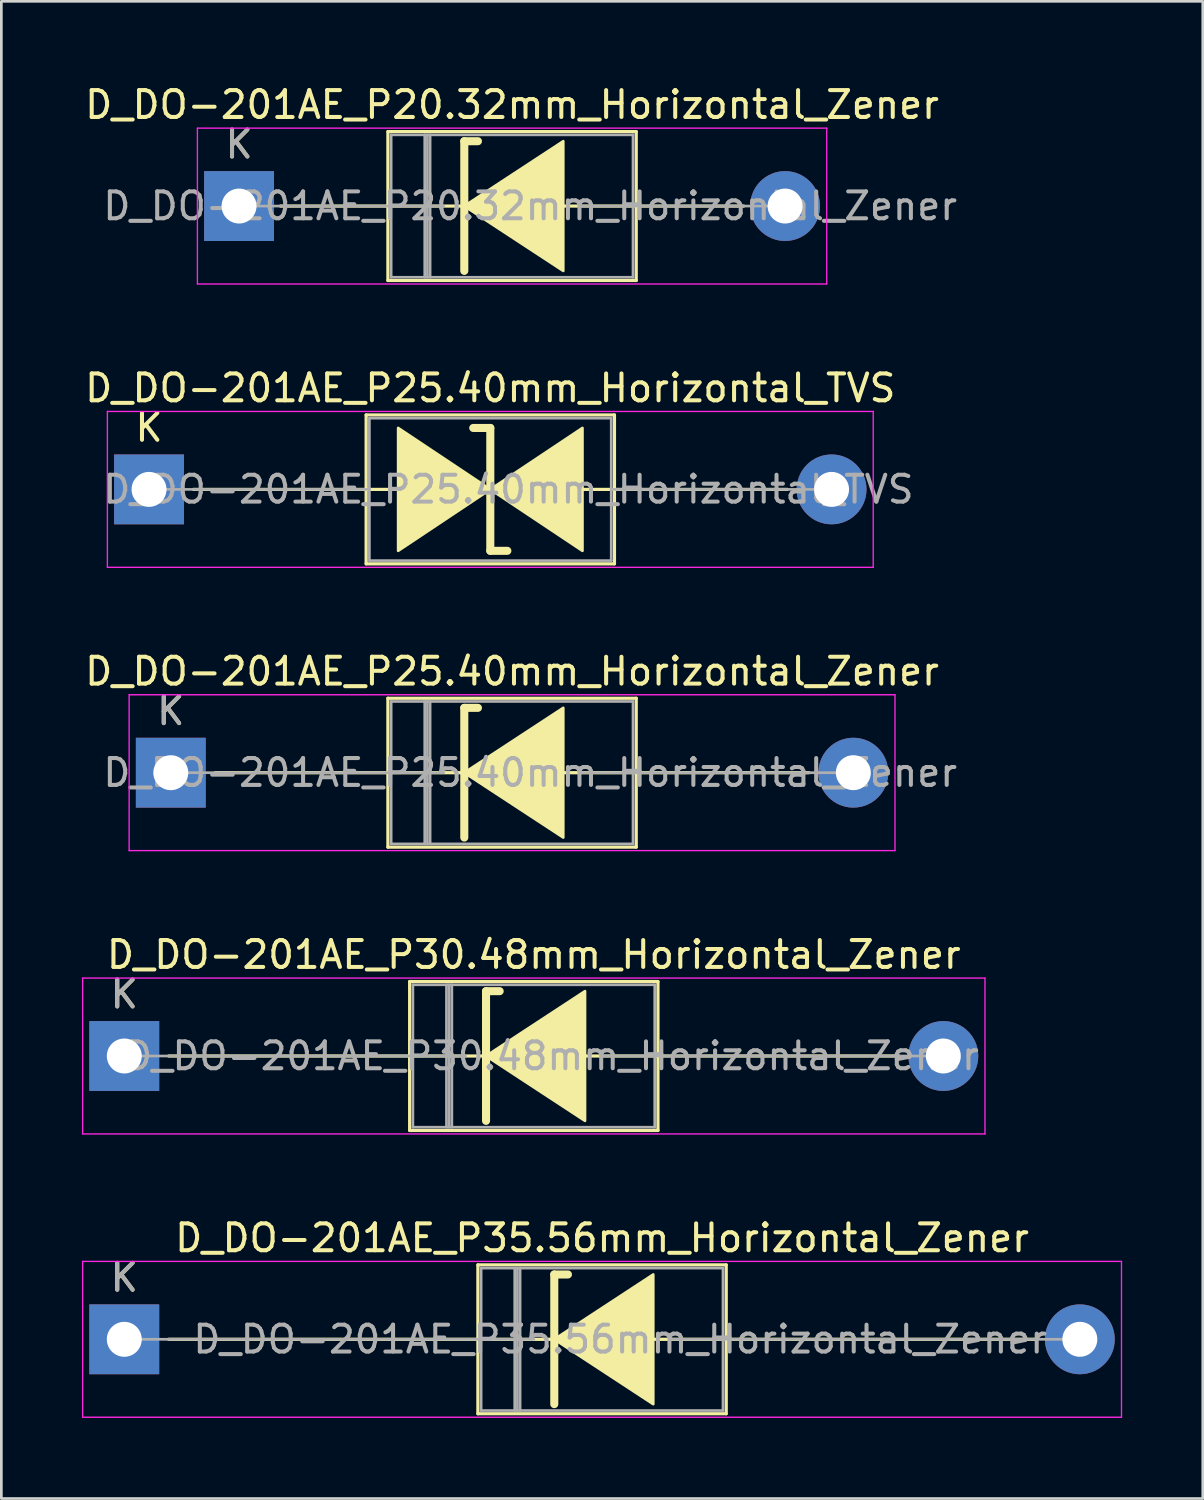
<source format=kicad_pcb>
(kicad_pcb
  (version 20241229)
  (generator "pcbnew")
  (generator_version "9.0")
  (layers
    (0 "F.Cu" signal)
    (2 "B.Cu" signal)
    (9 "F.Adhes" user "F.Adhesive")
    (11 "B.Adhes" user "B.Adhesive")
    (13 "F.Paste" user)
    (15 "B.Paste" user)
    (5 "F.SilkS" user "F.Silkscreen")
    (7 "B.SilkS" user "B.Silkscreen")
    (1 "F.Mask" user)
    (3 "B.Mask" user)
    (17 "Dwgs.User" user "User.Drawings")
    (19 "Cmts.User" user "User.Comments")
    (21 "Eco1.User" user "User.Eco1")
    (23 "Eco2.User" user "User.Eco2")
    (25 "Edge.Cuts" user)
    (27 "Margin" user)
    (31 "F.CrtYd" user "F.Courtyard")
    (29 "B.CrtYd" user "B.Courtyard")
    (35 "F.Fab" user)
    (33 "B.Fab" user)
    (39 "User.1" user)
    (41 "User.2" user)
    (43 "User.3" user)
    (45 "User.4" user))
  (footprint "D_DO-201AE_P35.56mm_Horizontal_Zener"
    (layer "F.Cu")
    (at 1.575 46.791)
    (property "Reference" "D_DO-201AE_P35.56mm_Horizontal_Zener" (at 17.78 -3.77 0) (layer "F.SilkS") (effects (font (size 1 1) (thickness 0.15))))
    (attr through_hole)
    (fp_line (start 1.651 0) (end 13.16 0) (stroke (width 0.12) (type solid)) (layer "F.SilkS"))
    (fp_line (start 13.16 -2.77) (end 13.16 2.77) (stroke (width 0.12) (type solid)) (layer "F.SilkS"))
    (fp_line (start 13.16 2.77) (end 22.4 2.77) (stroke (width 0.12) (type solid)) (layer "F.SilkS"))
    (fp_line (start 16.002 -2.413) (end 16.002 2.413) (stroke (width 0.3) (type solid)) (layer "F.SilkS"))
    (fp_line (start 16.002 -2.413) (end 16.51 -2.413) (stroke (width 0.3) (type solid)) (layer "F.SilkS"))
    (fp_line (start 16.129 0) (end 13.16 0) (stroke (width 0.12) (type solid)) (layer "F.SilkS"))
    (fp_line (start 19.685 0) (end 22.4 0) (stroke (width 0.12) (type solid)) (layer "F.SilkS"))
    (fp_line (start 22.4 -2.77) (end 13.16 -2.77) (stroke (width 0.12) (type solid)) (layer "F.SilkS"))
    (fp_line (start 22.4 2.77) (end 22.4 -2.77) (stroke (width 0.12) (type solid)) (layer "F.SilkS"))
    (fp_line (start 33.909 0) (end 22.4 0) (stroke (width 0.12) (type solid)) (layer "F.SilkS"))
    (fp_poly (pts (xy 19.685 2.413) (xy 16.002 0) (xy 19.685 -2.413)) (stroke (width 0.1) (type solid)) (fill yes) (layer "F.SilkS"))
    (fp_line (start -1.55 -2.9) (end -1.55 2.9) (stroke (width 0.05) (type solid)) (layer "F.CrtYd"))
    (fp_line (start -1.55 2.9) (end 37.11 2.9) (stroke (width 0.05) (type solid)) (layer "F.CrtYd"))
    (fp_line (start 37.11 -2.9) (end -1.55 -2.9) (stroke (width 0.05) (type solid)) (layer "F.CrtYd"))
    (fp_line (start 37.11 2.9) (end 37.11 -2.9) (stroke (width 0.05) (type solid)) (layer "F.CrtYd"))
    (fp_line (start 0 0) (end 15.24 0) (stroke (width 0.1) (type solid)) (layer "F.Fab"))
    (fp_line (start 13.28 -2.65) (end 13.28 2.65) (stroke (width 0.1) (type solid)) (layer "F.Fab"))
    (fp_line (start 13.28 2.65) (end 22.28 2.65) (stroke (width 0.1) (type solid)) (layer "F.Fab"))
    (fp_line (start 14.53 -2.65) (end 14.53 2.65) (stroke (width 0.1) (type solid)) (layer "F.Fab"))
    (fp_line (start 14.63 -2.65) (end 14.63 2.65) (stroke (width 0.1) (type solid)) (layer "F.Fab"))
    (fp_line (start 14.73 -2.65) (end 14.73 2.65) (stroke (width 0.1) (type solid)) (layer "F.Fab"))
    (fp_line (start 22.28 -2.65) (end 13.28 -2.65) (stroke (width 0.1) (type solid)) (layer "F.Fab"))
    (fp_line (start 22.28 2.65) (end 22.28 -2.65) (stroke (width 0.1) (type solid)) (layer "F.Fab"))
    (fp_line (start 35.56 0) (end 20.32 0) (stroke (width 0.1) (type solid)) (layer "F.Fab"))
    (fp_text user "K" (at 0 -2.3 0) (layer "F.SilkS") (effects (font (size 1 1) (thickness 0.15))))
    (fp_text user "${REFERENCE}" (at 18.455 0 0) (layer "F.Fab") (effects (font (size 1 1) (thickness 0.15))))
    (fp_text user "K" (at 0 -2.3 0) (layer "F.Fab") (effects (font (size 1 1) (thickness 0.15))))
    (pad "1" thru_hole rect (at 0 0) (size 2.6 2.6) (drill 1.3) (layers "*.Cu" "*.Mask"))
    (pad "2" thru_hole oval (at 35.56 0) (size 2.6 2.6) (drill 1.3) (layers "*.Cu" "*.Mask")))
  (footprint "D_DO-201AE_P30.48mm_Horizontal_Zener"
    (layer "F.Cu")
    (at 1.575 36.248)
    (property "Reference" "D_DO-201AE_P30.48mm_Horizontal_Zener" (at 15.24 -3.77 0) (layer "F.SilkS") (effects (font (size 1 1) (thickness 0.15))))
    (attr through_hole)
    (fp_line (start 1.651 0) (end 10.62 0) (stroke (width 0.12) (type solid)) (layer "F.SilkS"))
    (fp_line (start 10.62 -2.77) (end 10.62 2.77) (stroke (width 0.12) (type solid)) (layer "F.SilkS"))
    (fp_line (start 10.62 2.77) (end 19.86 2.77) (stroke (width 0.12) (type solid)) (layer "F.SilkS"))
    (fp_line (start 13.462 -2.413) (end 13.462 2.413) (stroke (width 0.3) (type solid)) (layer "F.SilkS"))
    (fp_line (start 13.462 -2.413) (end 13.97 -2.413) (stroke (width 0.3) (type solid)) (layer "F.SilkS"))
    (fp_line (start 13.589 0) (end 10.62 0) (stroke (width 0.12) (type solid)) (layer "F.SilkS"))
    (fp_line (start 17.145 0) (end 19.86 0) (stroke (width 0.12) (type solid)) (layer "F.SilkS"))
    (fp_line (start 19.86 -2.77) (end 10.62 -2.77) (stroke (width 0.12) (type solid)) (layer "F.SilkS"))
    (fp_line (start 19.86 2.77) (end 19.86 -2.77) (stroke (width 0.12) (type solid)) (layer "F.SilkS"))
    (fp_line (start 28.829 0) (end 19.86 0) (stroke (width 0.12) (type solid)) (layer "F.SilkS"))
    (fp_poly (pts (xy 17.145 2.413) (xy 13.462 0) (xy 17.145 -2.413)) (stroke (width 0.1) (type solid)) (fill yes) (layer "F.SilkS"))
    (fp_line (start -1.55 -2.9) (end -1.55 2.9) (stroke (width 0.05) (type solid)) (layer "F.CrtYd"))
    (fp_line (start -1.55 2.9) (end 32.03 2.9) (stroke (width 0.05) (type solid)) (layer "F.CrtYd"))
    (fp_line (start 32.03 -2.9) (end -1.55 -2.9) (stroke (width 0.05) (type solid)) (layer "F.CrtYd"))
    (fp_line (start 32.03 2.9) (end 32.03 -2.9) (stroke (width 0.05) (type solid)) (layer "F.CrtYd"))
    (fp_line (start 0 0) (end 12.7 0) (stroke (width 0.1) (type solid)) (layer "F.Fab"))
    (fp_line (start 10.74 -2.65) (end 10.74 2.65) (stroke (width 0.1) (type solid)) (layer "F.Fab"))
    (fp_line (start 10.74 2.65) (end 19.74 2.65) (stroke (width 0.1) (type solid)) (layer "F.Fab"))
    (fp_line (start 11.99 -2.65) (end 11.99 2.65) (stroke (width 0.1) (type solid)) (layer "F.Fab"))
    (fp_line (start 12.09 -2.65) (end 12.09 2.65) (stroke (width 0.1) (type solid)) (layer "F.Fab"))
    (fp_line (start 12.19 -2.65) (end 12.19 2.65) (stroke (width 0.1) (type solid)) (layer "F.Fab"))
    (fp_line (start 19.74 -2.65) (end 10.74 -2.65) (stroke (width 0.1) (type solid)) (layer "F.Fab"))
    (fp_line (start 19.74 2.65) (end 19.74 -2.65) (stroke (width 0.1) (type solid)) (layer "F.Fab"))
    (fp_line (start 30.48 0) (end 17.78 0) (stroke (width 0.1) (type solid)) (layer "F.Fab"))
    (fp_text user "K" (at 0 -2.3 0) (layer "F.SilkS") (effects (font (size 1 1) (thickness 0.15))))
    (fp_text user "K" (at 0 -2.3 0) (layer "F.Fab") (effects (font (size 1 1) (thickness 0.15))))
    (fp_text user "${REFERENCE}" (at 15.915 0 0) (layer "F.Fab") (effects (font (size 1 1) (thickness 0.15))))
    (pad "1" thru_hole rect (at 0 0) (size 2.6 2.6) (drill 1.3) (layers "*.Cu" "*.Mask"))
    (pad "2" thru_hole oval (at 30.48 0) (size 2.6 2.6) (drill 1.3) (layers "*.Cu" "*.Mask")))
  (footprint "D_DO-201AE_P25.40mm_Horizontal_Zener"
    (layer "F.Cu")
    (at 3.306 25.705)
    (property "Reference" "D_DO-201AE_P25.40mm_Horizontal_Zener" (at 12.7 -3.77 0) (layer "F.SilkS") (effects (font (size 1 1) (thickness 0.15))))
    (attr through_hole)
    (fp_line (start 1.651 0) (end 8.08 0) (stroke (width 0.12) (type solid)) (layer "F.SilkS"))
    (fp_line (start 8.08 -2.77) (end 8.08 2.77) (stroke (width 0.12) (type solid)) (layer "F.SilkS"))
    (fp_line (start 8.08 2.77) (end 17.32 2.77) (stroke (width 0.12) (type solid)) (layer "F.SilkS"))
    (fp_line (start 10.922 -2.413) (end 10.922 2.413) (stroke (width 0.3) (type solid)) (layer "F.SilkS"))
    (fp_line (start 10.922 -2.413) (end 11.43 -2.413) (stroke (width 0.3) (type solid)) (layer "F.SilkS"))
    (fp_line (start 11.049 0) (end 8.08 0) (stroke (width 0.12) (type solid)) (layer "F.SilkS"))
    (fp_line (start 14.605 0) (end 17.32 0) (stroke (width 0.12) (type solid)) (layer "F.SilkS"))
    (fp_line (start 17.32 -2.77) (end 8.08 -2.77) (stroke (width 0.12) (type solid)) (layer "F.SilkS"))
    (fp_line (start 17.32 2.77) (end 17.32 -2.77) (stroke (width 0.12) (type solid)) (layer "F.SilkS"))
    (fp_line (start 23.749 0) (end 17.32 0) (stroke (width 0.12) (type solid)) (layer "F.SilkS"))
    (fp_poly (pts (xy 14.605 2.413) (xy 10.922 0) (xy 14.605 -2.413)) (stroke (width 0.1) (type solid)) (fill yes) (layer "F.SilkS"))
    (fp_line (start -1.55 -2.9) (end -1.55 2.9) (stroke (width 0.05) (type solid)) (layer "F.CrtYd"))
    (fp_line (start -1.55 2.9) (end 26.95 2.9) (stroke (width 0.05) (type solid)) (layer "F.CrtYd"))
    (fp_line (start 26.95 -2.9) (end -1.55 -2.9) (stroke (width 0.05) (type solid)) (layer "F.CrtYd"))
    (fp_line (start 26.95 2.9) (end 26.95 -2.9) (stroke (width 0.05) (type solid)) (layer "F.CrtYd"))
    (fp_line (start 0 0) (end 10.16 0) (stroke (width 0.1) (type solid)) (layer "F.Fab"))
    (fp_line (start 8.2 -2.65) (end 8.2 2.65) (stroke (width 0.1) (type solid)) (layer "F.Fab"))
    (fp_line (start 8.2 2.65) (end 17.2 2.65) (stroke (width 0.1) (type solid)) (layer "F.Fab"))
    (fp_line (start 9.45 -2.65) (end 9.45 2.65) (stroke (width 0.1) (type solid)) (layer "F.Fab"))
    (fp_line (start 9.55 -2.65) (end 9.55 2.65) (stroke (width 0.1) (type solid)) (layer "F.Fab"))
    (fp_line (start 9.65 -2.65) (end 9.65 2.65) (stroke (width 0.1) (type solid)) (layer "F.Fab"))
    (fp_line (start 17.2 -2.65) (end 8.2 -2.65) (stroke (width 0.1) (type solid)) (layer "F.Fab"))
    (fp_line (start 17.2 2.65) (end 17.2 -2.65) (stroke (width 0.1) (type solid)) (layer "F.Fab"))
    (fp_line (start 25.4 0) (end 15.24 0) (stroke (width 0.1) (type solid)) (layer "F.Fab"))
    (fp_text user "K" (at 0 -2.3 0) (layer "F.SilkS") (effects (font (size 1 1) (thickness 0.15))))
    (fp_text user "${REFERENCE}" (at 13.375 0 0) (layer "F.Fab") (effects (font (size 1 1) (thickness 0.15))))
    (fp_text user "K" (at 0 -2.3 0) (layer "F.Fab") (effects (font (size 1 1) (thickness 0.15))))
    (pad "1" thru_hole rect (at 0 0) (size 2.6 2.6) (drill 1.3) (layers "*.Cu" "*.Mask"))
    (pad "2" thru_hole oval (at 25.4 0) (size 2.6 2.6) (drill 1.3) (layers "*.Cu" "*.Mask")))
  (footprint "D_DO-201AE_P20.32mm_Horizontal_Zener"
    (layer "F.Cu")
    (at 5.846 4.618)
    (property "Reference" "D_DO-201AE_P20.32mm_Horizontal_Zener" (at 10.16 -3.77 0) (layer "F.SilkS") (effects (font (size 1 1) (thickness 0.15))))
    (attr through_hole)
    (fp_line (start 1.54 0) (end 5.54 0) (stroke (width 0.12) (type solid)) (layer "F.SilkS"))
    (fp_line (start 5.54 -2.77) (end 5.54 2.77) (stroke (width 0.12) (type solid)) (layer "F.SilkS"))
    (fp_line (start 5.54 2.77) (end 14.78 2.77) (stroke (width 0.12) (type solid)) (layer "F.SilkS"))
    (fp_line (start 8.382 -2.413) (end 8.382 2.413) (stroke (width 0.3) (type solid)) (layer "F.SilkS"))
    (fp_line (start 8.382 -2.413) (end 8.89 -2.413) (stroke (width 0.3) (type solid)) (layer "F.SilkS"))
    (fp_line (start 8.509 0) (end 5.54 0) (stroke (width 0.12) (type solid)) (layer "F.SilkS"))
    (fp_line (start 12.065 0) (end 14.78 0) (stroke (width 0.12) (type solid)) (layer "F.SilkS"))
    (fp_line (start 14.78 -2.77) (end 5.54 -2.77) (stroke (width 0.12) (type solid)) (layer "F.SilkS"))
    (fp_line (start 14.78 2.77) (end 14.78 -2.77) (stroke (width 0.12) (type solid)) (layer "F.SilkS"))
    (fp_line (start 18.78 0) (end 14.78 0) (stroke (width 0.12) (type solid)) (layer "F.SilkS"))
    (fp_poly (pts (xy 12.065 2.413) (xy 8.382 0) (xy 12.065 -2.413)) (stroke (width 0.1) (type solid)) (fill yes) (layer "F.SilkS"))
    (fp_line (start -1.55 -2.9) (end -1.55 2.9) (stroke (width 0.05) (type solid)) (layer "F.CrtYd"))
    (fp_line (start -1.55 2.9) (end 21.87 2.9) (stroke (width 0.05) (type solid)) (layer "F.CrtYd"))
    (fp_line (start 21.87 -2.9) (end -1.55 -2.9) (stroke (width 0.05) (type solid)) (layer "F.CrtYd"))
    (fp_line (start 21.87 2.9) (end 21.87 -2.9) (stroke (width 0.05) (type solid)) (layer "F.CrtYd"))
    (fp_line (start 0 0) (end 7.62 0) (stroke (width 0.1) (type solid)) (layer "F.Fab"))
    (fp_line (start 5.66 -2.65) (end 5.66 2.65) (stroke (width 0.1) (type solid)) (layer "F.Fab"))
    (fp_line (start 5.66 2.65) (end 14.66 2.65) (stroke (width 0.1) (type solid)) (layer "F.Fab"))
    (fp_line (start 6.91 -2.65) (end 6.91 2.65) (stroke (width 0.1) (type solid)) (layer "F.Fab"))
    (fp_line (start 7.01 -2.65) (end 7.01 2.65) (stroke (width 0.1) (type solid)) (layer "F.Fab"))
    (fp_line (start 7.11 -2.65) (end 7.11 2.65) (stroke (width 0.1) (type solid)) (layer "F.Fab"))
    (fp_line (start 14.66 -2.65) (end 5.66 -2.65) (stroke (width 0.1) (type solid)) (layer "F.Fab"))
    (fp_line (start 14.66 2.65) (end 14.66 -2.65) (stroke (width 0.1) (type solid)) (layer "F.Fab"))
    (fp_line (start 20.32 0) (end 12.7 0) (stroke (width 0.1) (type solid)) (layer "F.Fab"))
    (fp_text user "K" (at 0 -2.3 0) (layer "F.SilkS") (effects (font (size 1 1) (thickness 0.15))))
    (fp_text user "K" (at 0 -2.3 0) (layer "F.Fab") (effects (font (size 1 1) (thickness 0.15))))
    (fp_text user "${REFERENCE}" (at 10.835 0 0) (layer "F.Fab") (effects (font (size 1 1) (thickness 0.15))))
    (pad "1" thru_hole rect (at 0 0) (size 2.6 2.6) (drill 1.3) (layers "*.Cu" "*.Mask"))
    (pad "2" thru_hole oval (at 20.32 0) (size 2.6 2.6) (drill 1.3) (layers "*.Cu" "*.Mask")))
  (footprint "D_DO-201AE_P25.40mm_Horizontal_TVS"
    (layer "F.Cu")
    (at 2.496 15.162)
    (property "Reference" "D_DO-201AE_P25.40mm_Horizontal_TVS" (at 12.7 -3.77 0) (layer "F.SilkS") (effects (font (size 1 1) (thickness 0.15))))
    (attr through_hole)
    (fp_line (start 1.651 0) (end 8.08 0) (stroke (width 0.12) (type solid)) (layer "F.SilkS"))
    (fp_line (start 8.08 -2.77) (end 8.08 2.77) (stroke (width 0.12) (type solid)) (layer "F.SilkS"))
    (fp_line (start 8.08 0) (end 9.271 0) (stroke (width 0.12) (type solid)) (layer "F.SilkS"))
    (fp_line (start 8.08 2.77) (end 17.32 2.77) (stroke (width 0.12) (type solid)) (layer "F.SilkS"))
    (fp_line (start 12.7 -2.286) (end 12.065 -2.286) (stroke (width 0.3) (type solid)) (layer "F.SilkS"))
    (fp_line (start 12.7 2.286) (end 12.7 -2.286) (stroke (width 0.3) (type solid)) (layer "F.SilkS"))
    (fp_line (start 13.335 2.286) (end 12.7 2.286) (stroke (width 0.3) (type solid)) (layer "F.SilkS"))
    (fp_line (start 16.129 0) (end 17.32 0) (stroke (width 0.12) (type solid)) (layer "F.SilkS"))
    (fp_line (start 17.32 -2.77) (end 8.08 -2.77) (stroke (width 0.12) (type solid)) (layer "F.SilkS"))
    (fp_line (start 17.32 2.77) (end 17.32 -2.77) (stroke (width 0.12) (type solid)) (layer "F.SilkS"))
    (fp_line (start 23.749 0) (end 17.32 0) (stroke (width 0.12) (type solid)) (layer "F.SilkS"))
    (fp_poly (pts (xy 12.7 0) (xy 9.271 2.286) (xy 9.271 -2.286)) (stroke (width 0.1) (type solid)) (fill yes) (layer "F.SilkS"))
    (fp_poly (pts (xy 12.7 0) (xy 16.129 -2.286) (xy 16.129 2.286)) (stroke (width 0.1) (type solid)) (fill yes) (layer "F.SilkS"))
    (fp_line (start -1.55 -2.9) (end -1.55 2.9) (stroke (width 0.05) (type solid)) (layer "F.CrtYd"))
    (fp_line (start -1.55 2.9) (end 26.95 2.9) (stroke (width 0.05) (type solid)) (layer "F.CrtYd"))
    (fp_line (start 26.95 -2.9) (end -1.55 -2.9) (stroke (width 0.05) (type solid)) (layer "F.CrtYd"))
    (fp_line (start 26.95 2.9) (end 26.95 -2.9) (stroke (width 0.05) (type solid)) (layer "F.CrtYd"))
    (fp_line (start 0 0) (end 8.2 0) (stroke (width 0.1) (type solid)) (layer "F.Fab"))
    (fp_line (start 8.2 -2.65) (end 8.2 2.65) (stroke (width 0.1) (type solid)) (layer "F.Fab"))
    (fp_line (start 8.2 2.65) (end 17.2 2.65) (stroke (width 0.1) (type solid)) (layer "F.Fab"))
    (fp_line (start 17.2 -2.65) (end 8.2 -2.65) (stroke (width 0.1) (type solid)) (layer "F.Fab"))
    (fp_line (start 17.2 2.65) (end 17.2 -2.65) (stroke (width 0.1) (type solid)) (layer "F.Fab"))
    (fp_line (start 25.4 0) (end 17.2 0) (stroke (width 0.1) (type solid)) (layer "F.Fab"))
    (fp_text user "K" (at 0 -2.3 0) (layer "F.SilkS") (effects (font (size 1 1) (thickness 0.15))))
    (fp_text user "${REFERENCE}" (at 13.375 0 0) (layer "F.Fab") (effects (font (size 1 1) (thickness 0.15))))
    (pad "1" thru_hole rect (at 0 0) (size 2.6 2.6) (drill 1.3) (layers "*.Cu" "*.Mask"))
    (pad "2" thru_hole oval (at 25.4 0) (size 2.6 2.6) (drill 1.3) (layers "*.Cu" "*.Mask")))
  (gr_rect
    (start -3 -3)
    (end 41.71 52.716)
    (stroke (width 0.1) (type default))
    (fill no)
    (layer "Edge.Cuts")))
</source>
